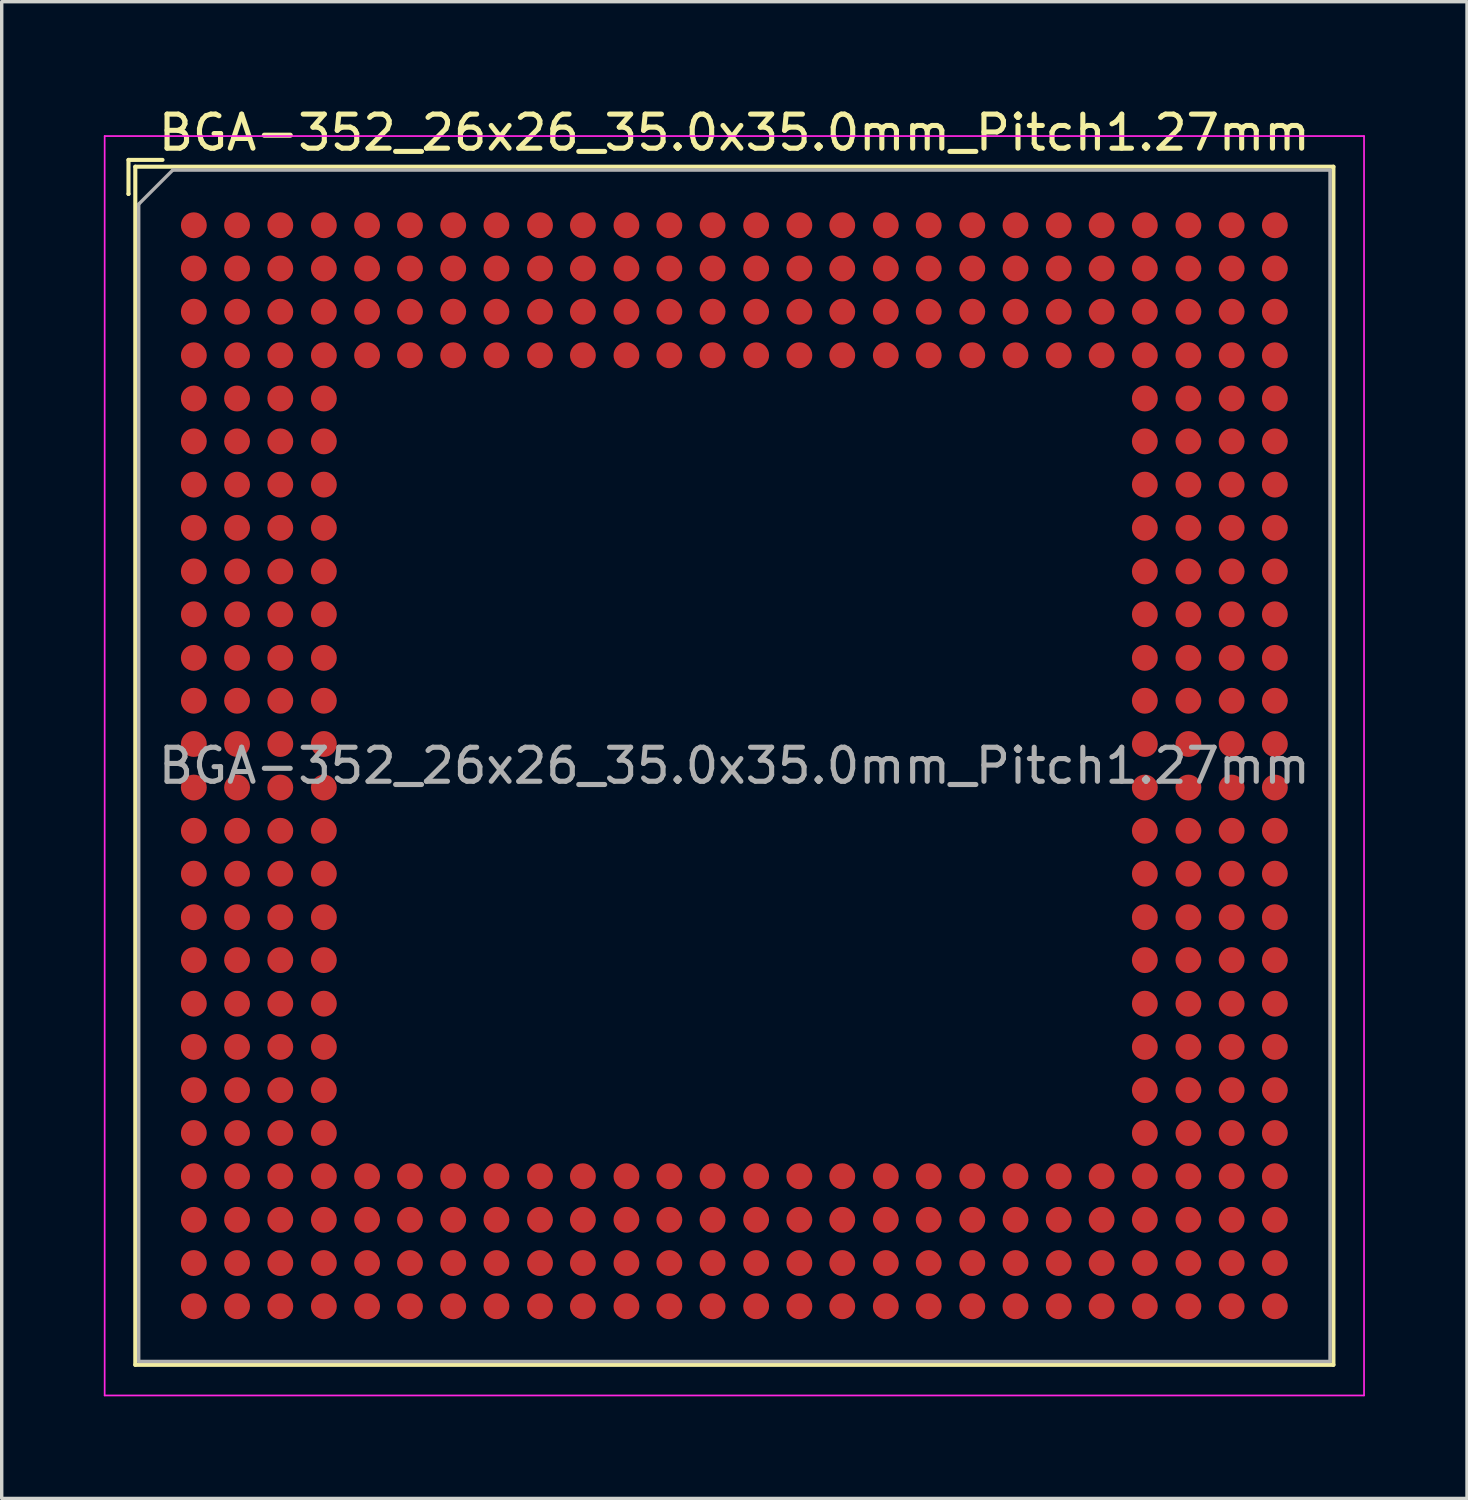
<source format=kicad_pcb>
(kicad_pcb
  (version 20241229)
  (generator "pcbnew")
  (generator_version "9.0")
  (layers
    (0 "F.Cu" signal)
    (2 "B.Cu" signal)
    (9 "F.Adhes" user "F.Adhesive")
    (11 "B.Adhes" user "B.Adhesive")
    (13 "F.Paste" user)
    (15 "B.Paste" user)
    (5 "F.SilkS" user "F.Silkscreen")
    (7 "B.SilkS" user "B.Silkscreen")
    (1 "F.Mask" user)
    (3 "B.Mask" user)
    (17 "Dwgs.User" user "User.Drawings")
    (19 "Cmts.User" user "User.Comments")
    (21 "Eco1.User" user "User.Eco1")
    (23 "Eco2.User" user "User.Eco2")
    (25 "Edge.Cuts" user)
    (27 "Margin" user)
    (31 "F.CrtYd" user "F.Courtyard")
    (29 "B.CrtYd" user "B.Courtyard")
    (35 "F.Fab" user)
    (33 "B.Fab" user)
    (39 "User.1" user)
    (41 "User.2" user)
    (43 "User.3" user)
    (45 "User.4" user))
  (footprint "BGA-352_26x26_35.0x35.0mm_Pitch1.27mm"
    (layer "F.Cu")
    (at 18.525 19.448)
    (property "Reference" "BGA-352_26x26_35.0x35.0mm_Pitch1.27mm" (at 0 -18.6 0) (layer "F.SilkS") (effects (font (size 1 1) (thickness 0.15))))
    (attr smd)
    (fp_line (start -17.8 -17.8) (end -17.8 -16.8) (stroke (width 0.12) (type solid)) (layer "F.SilkS"))
    (fp_line (start -17.8 -16.8) (end -17.8 -16.8) (stroke (width 0.12) (type solid)) (layer "F.SilkS"))
    (fp_line (start -17.6 -17.6) (end 17.6 -17.6) (stroke (width 0.12) (type solid)) (layer "F.SilkS"))
    (fp_line (start -17.6 17.6) (end -17.6 -17.6) (stroke (width 0.12) (type solid)) (layer "F.SilkS"))
    (fp_line (start -16.8 -17.8) (end -17.8 -17.8) (stroke (width 0.12) (type solid)) (layer "F.SilkS"))
    (fp_line (start 17.6 -17.6) (end 17.6 17.6) (stroke (width 0.12) (type solid)) (layer "F.SilkS"))
    (fp_line (start 17.6 17.6) (end -17.6 17.6) (stroke (width 0.12) (type solid)) (layer "F.SilkS"))
    (fp_line (start -18.5 -18.5) (end -18.5 18.5) (stroke (width 0.05) (type solid)) (layer "F.CrtYd"))
    (fp_line (start -18.5 -18.5) (end 18.5 -18.5) (stroke (width 0.05) (type solid)) (layer "F.CrtYd"))
    (fp_line (start 18.5 18.5) (end -18.5 18.5) (stroke (width 0.05) (type solid)) (layer "F.CrtYd"))
    (fp_line (start 18.5 18.5) (end 18.5 -18.5) (stroke (width 0.05) (type solid)) (layer "F.CrtYd"))
    (fp_line (start -17.5 -16.5) (end -17.5 17.5) (stroke (width 0.1) (type solid)) (layer "F.Fab"))
    (fp_line (start -17.5 17.5) (end 17.5 17.5) (stroke (width 0.1) (type solid)) (layer "F.Fab"))
    (fp_line (start -16.5 -17.5) (end -17.5 -16.5) (stroke (width 0.1) (type solid)) (layer "F.Fab"))
    (fp_line (start 17.5 -17.5) (end -16.5 -17.5) (stroke (width 0.1) (type solid)) (layer "F.Fab"))
    (fp_line (start 17.5 17.5) (end 17.5 -17.5) (stroke (width 0.1) (type solid)) (layer "F.Fab"))
    (fp_text user "${REFERENCE}" (at 0 0 0) (layer "F.Fab") (effects (font (size 1 1) (thickness 0.15))))
    (pad "A1" smd circle (at -15.88 -15.88) (size 0.76 0.76) (layers "F.Cu" "F.Mask" "F.Paste"))
    (pad "A2" smd circle (at -14.61 -15.88) (size 0.76 0.76) (layers "F.Cu" "F.Mask" "F.Paste"))
    (pad "A3" smd circle (at -13.34 -15.88) (size 0.76 0.76) (layers "F.Cu" "F.Mask" "F.Paste"))
    (pad "A4" smd circle (at -12.06 -15.88) (size 0.76 0.76) (layers "F.Cu" "F.Mask" "F.Paste"))
    (pad "A5" smd circle (at -10.79 -15.88) (size 0.76 0.76) (layers "F.Cu" "F.Mask" "F.Paste"))
    (pad "A6" smd circle (at -9.53 -15.88) (size 0.76 0.76) (layers "F.Cu" "F.Mask" "F.Paste"))
    (pad "A7" smd circle (at -8.26 -15.88) (size 0.76 0.76) (layers "F.Cu" "F.Mask" "F.Paste"))
    (pad "A8" smd circle (at -6.99 -15.88) (size 0.76 0.76) (layers "F.Cu" "F.Mask" "F.Paste"))
    (pad "A9" smd circle (at -5.71 -15.88) (size 0.76 0.76) (layers "F.Cu" "F.Mask" "F.Paste"))
    (pad "A10" smd circle (at -4.45 -15.88) (size 0.76 0.76) (layers "F.Cu" "F.Mask" "F.Paste"))
    (pad "A11" smd circle (at -3.17 -15.88) (size 0.76 0.76) (layers "F.Cu" "F.Mask" "F.Paste"))
    (pad "A12" smd circle (at -1.91 -15.88) (size 0.76 0.76) (layers "F.Cu" "F.Mask" "F.Paste"))
    (pad "A13" smd circle (at -0.64 -15.88) (size 0.76 0.76) (layers "F.Cu" "F.Mask" "F.Paste"))
    (pad "A14" smd circle (at 0.64 -15.88) (size 0.76 0.76) (layers "F.Cu" "F.Mask" "F.Paste"))
    (pad "A15" smd circle (at 1.91 -15.88) (size 0.76 0.76) (layers "F.Cu" "F.Mask" "F.Paste"))
    (pad "A16" smd circle (at 3.17 -15.88) (size 0.76 0.76) (layers "F.Cu" "F.Mask" "F.Paste"))
    (pad "A17" smd circle (at 4.45 -15.88) (size 0.76 0.76) (layers "F.Cu" "F.Mask" "F.Paste"))
    (pad "A18" smd circle (at 5.71 -15.88) (size 0.76 0.76) (layers "F.Cu" "F.Mask" "F.Paste"))
    (pad "A19" smd circle (at 6.99 -15.88) (size 0.76 0.76) (layers "F.Cu" "F.Mask" "F.Paste"))
    (pad "A20" smd circle (at 8.26 -15.88) (size 0.76 0.76) (layers "F.Cu" "F.Mask" "F.Paste"))
    (pad "A21" smd circle (at 9.53 -15.88) (size 0.76 0.76) (layers "F.Cu" "F.Mask" "F.Paste"))
    (pad "A22" smd circle (at 10.79 -15.88) (size 0.76 0.76) (layers "F.Cu" "F.Mask" "F.Paste"))
    (pad "A23" smd circle (at 12.06 -15.88) (size 0.76 0.76) (layers "F.Cu" "F.Mask" "F.Paste"))
    (pad "A24" smd circle (at 13.34 -15.88) (size 0.76 0.76) (layers "F.Cu" "F.Mask" "F.Paste"))
    (pad "A25" smd circle (at 14.61 -15.88) (size 0.76 0.76) (layers "F.Cu" "F.Mask" "F.Paste"))
    (pad "A26" smd circle (at 15.88 -15.88) (size 0.76 0.76) (layers "F.Cu" "F.Mask" "F.Paste"))
    (pad "AA1" smd circle (at -15.88 9.53) (size 0.76 0.76) (layers "F.Cu" "F.Mask" "F.Paste"))
    (pad "AA2" smd circle (at -14.61 9.53) (size 0.76 0.76) (layers "F.Cu" "F.Mask" "F.Paste"))
    (pad "AA3" smd circle (at -13.34 9.53) (size 0.76 0.76) (layers "F.Cu" "F.Mask" "F.Paste"))
    (pad "AA4" smd circle (at -12.06 9.53) (size 0.76 0.76) (layers "F.Cu" "F.Mask" "F.Paste"))
    (pad "AA23" smd circle (at 12.06 9.53) (size 0.76 0.76) (layers "F.Cu" "F.Mask" "F.Paste"))
    (pad "AA24" smd circle (at 13.34 9.53) (size 0.76 0.76) (layers "F.Cu" "F.Mask" "F.Paste"))
    (pad "AA25" smd circle (at 14.61 9.53) (size 0.76 0.76) (layers "F.Cu" "F.Mask" "F.Paste"))
    (pad "AA26" smd circle (at 15.88 9.53) (size 0.76 0.76) (layers "F.Cu" "F.Mask" "F.Paste"))
    (pad "AB1" smd circle (at -15.88 10.79) (size 0.76 0.76) (layers "F.Cu" "F.Mask" "F.Paste"))
    (pad "AB2" smd circle (at -14.61 10.79) (size 0.76 0.76) (layers "F.Cu" "F.Mask" "F.Paste"))
    (pad "AB3" smd circle (at -13.34 10.79) (size 0.76 0.76) (layers "F.Cu" "F.Mask" "F.Paste"))
    (pad "AB4" smd circle (at -12.06 10.79) (size 0.76 0.76) (layers "F.Cu" "F.Mask" "F.Paste"))
    (pad "AB23" smd circle (at 12.06 10.79) (size 0.76 0.76) (layers "F.Cu" "F.Mask" "F.Paste"))
    (pad "AB24" smd circle (at 13.34 10.79) (size 0.76 0.76) (layers "F.Cu" "F.Mask" "F.Paste"))
    (pad "AB25" smd circle (at 14.61 10.79) (size 0.76 0.76) (layers "F.Cu" "F.Mask" "F.Paste"))
    (pad "AB26" smd circle (at 15.88 10.79) (size 0.76 0.76) (layers "F.Cu" "F.Mask" "F.Paste"))
    (pad "AC1" smd circle (at -15.88 12.06) (size 0.76 0.76) (layers "F.Cu" "F.Mask" "F.Paste"))
    (pad "AC2" smd circle (at -14.61 12.06) (size 0.76 0.76) (layers "F.Cu" "F.Mask" "F.Paste"))
    (pad "AC3" smd circle (at -13.34 12.06) (size 0.76 0.76) (layers "F.Cu" "F.Mask" "F.Paste"))
    (pad "AC4" smd circle (at -12.06 12.06) (size 0.76 0.76) (layers "F.Cu" "F.Mask" "F.Paste"))
    (pad "AC5" smd circle (at -10.79 12.06) (size 0.76 0.76) (layers "F.Cu" "F.Mask" "F.Paste"))
    (pad "AC6" smd circle (at -9.53 12.06) (size 0.76 0.76) (layers "F.Cu" "F.Mask" "F.Paste"))
    (pad "AC7" smd circle (at -8.26 12.06) (size 0.76 0.76) (layers "F.Cu" "F.Mask" "F.Paste"))
    (pad "AC8" smd circle (at -6.99 12.06) (size 0.76 0.76) (layers "F.Cu" "F.Mask" "F.Paste"))
    (pad "AC9" smd circle (at -5.71 12.06) (size 0.76 0.76) (layers "F.Cu" "F.Mask" "F.Paste"))
    (pad "AC10" smd circle (at -4.45 12.06) (size 0.76 0.76) (layers "F.Cu" "F.Mask" "F.Paste"))
    (pad "AC11" smd circle (at -3.17 12.06) (size 0.76 0.76) (layers "F.Cu" "F.Mask" "F.Paste"))
    (pad "AC12" smd circle (at -1.91 12.06) (size 0.76 0.76) (layers "F.Cu" "F.Mask" "F.Paste"))
    (pad "AC13" smd circle (at -0.64 12.06) (size 0.76 0.76) (layers "F.Cu" "F.Mask" "F.Paste"))
    (pad "AC14" smd circle (at 0.64 12.06) (size 0.76 0.76) (layers "F.Cu" "F.Mask" "F.Paste"))
    (pad "AC15" smd circle (at 1.91 12.06) (size 0.76 0.76) (layers "F.Cu" "F.Mask" "F.Paste"))
    (pad "AC16" smd circle (at 3.17 12.06) (size 0.76 0.76) (layers "F.Cu" "F.Mask" "F.Paste"))
    (pad "AC17" smd circle (at 4.45 12.06) (size 0.76 0.76) (layers "F.Cu" "F.Mask" "F.Paste"))
    (pad "AC18" smd circle (at 5.71 12.06) (size 0.76 0.76) (layers "F.Cu" "F.Mask" "F.Paste"))
    (pad "AC19" smd circle (at 6.99 12.06) (size 0.76 0.76) (layers "F.Cu" "F.Mask" "F.Paste"))
    (pad "AC20" smd circle (at 8.26 12.06) (size 0.76 0.76) (layers "F.Cu" "F.Mask" "F.Paste"))
    (pad "AC21" smd circle (at 9.53 12.06) (size 0.76 0.76) (layers "F.Cu" "F.Mask" "F.Paste"))
    (pad "AC22" smd circle (at 10.79 12.06) (size 0.76 0.76) (layers "F.Cu" "F.Mask" "F.Paste"))
    (pad "AC23" smd circle (at 12.06 12.06) (size 0.76 0.76) (layers "F.Cu" "F.Mask" "F.Paste"))
    (pad "AC24" smd circle (at 13.34 12.06) (size 0.76 0.76) (layers "F.Cu" "F.Mask" "F.Paste"))
    (pad "AC25" smd circle (at 14.61 12.06) (size 0.76 0.76) (layers "F.Cu" "F.Mask" "F.Paste"))
    (pad "AC26" smd circle (at 15.88 12.06) (size 0.76 0.76) (layers "F.Cu" "F.Mask" "F.Paste"))
    (pad "AD1" smd circle (at -15.88 13.34) (size 0.76 0.76) (layers "F.Cu" "F.Mask" "F.Paste"))
    (pad "AD2" smd circle (at -14.61 13.34) (size 0.76 0.76) (layers "F.Cu" "F.Mask" "F.Paste"))
    (pad "AD3" smd circle (at -13.34 13.34) (size 0.76 0.76) (layers "F.Cu" "F.Mask" "F.Paste"))
    (pad "AD4" smd circle (at -12.06 13.34) (size 0.76 0.76) (layers "F.Cu" "F.Mask" "F.Paste"))
    (pad "AD5" smd circle (at -10.79 13.34) (size 0.76 0.76) (layers "F.Cu" "F.Mask" "F.Paste"))
    (pad "AD6" smd circle (at -9.53 13.34) (size 0.76 0.76) (layers "F.Cu" "F.Mask" "F.Paste"))
    (pad "AD7" smd circle (at -8.26 13.34) (size 0.76 0.76) (layers "F.Cu" "F.Mask" "F.Paste"))
    (pad "AD8" smd circle (at -6.99 13.34) (size 0.76 0.76) (layers "F.Cu" "F.Mask" "F.Paste"))
    (pad "AD9" smd circle (at -5.71 13.34) (size 0.76 0.76) (layers "F.Cu" "F.Mask" "F.Paste"))
    (pad "AD10" smd circle (at -4.45 13.34) (size 0.76 0.76) (layers "F.Cu" "F.Mask" "F.Paste"))
    (pad "AD11" smd circle (at -3.17 13.34) (size 0.76 0.76) (layers "F.Cu" "F.Mask" "F.Paste"))
    (pad "AD12" smd circle (at -1.91 13.34) (size 0.76 0.76) (layers "F.Cu" "F.Mask" "F.Paste"))
    (pad "AD13" smd circle (at -0.64 13.34) (size 0.76 0.76) (layers "F.Cu" "F.Mask" "F.Paste"))
    (pad "AD14" smd circle (at 0.64 13.34) (size 0.76 0.76) (layers "F.Cu" "F.Mask" "F.Paste"))
    (pad "AD15" smd circle (at 1.91 13.34) (size 0.76 0.76) (layers "F.Cu" "F.Mask" "F.Paste"))
    (pad "AD16" smd circle (at 3.17 13.34) (size 0.76 0.76) (layers "F.Cu" "F.Mask" "F.Paste"))
    (pad "AD17" smd circle (at 4.45 13.34) (size 0.76 0.76) (layers "F.Cu" "F.Mask" "F.Paste"))
    (pad "AD18" smd circle (at 5.71 13.34) (size 0.76 0.76) (layers "F.Cu" "F.Mask" "F.Paste"))
    (pad "AD19" smd circle (at 6.99 13.34) (size 0.76 0.76) (layers "F.Cu" "F.Mask" "F.Paste"))
    (pad "AD20" smd circle (at 8.26 13.34) (size 0.76 0.76) (layers "F.Cu" "F.Mask" "F.Paste"))
    (pad "AD21" smd circle (at 9.53 13.34) (size 0.76 0.76) (layers "F.Cu" "F.Mask" "F.Paste"))
    (pad "AD22" smd circle (at 10.79 13.34) (size 0.76 0.76) (layers "F.Cu" "F.Mask" "F.Paste"))
    (pad "AD23" smd circle (at 12.06 13.34) (size 0.76 0.76) (layers "F.Cu" "F.Mask" "F.Paste"))
    (pad "AD24" smd circle (at 13.34 13.34) (size 0.76 0.76) (layers "F.Cu" "F.Mask" "F.Paste"))
    (pad "AD25" smd circle (at 14.61 13.34) (size 0.76 0.76) (layers "F.Cu" "F.Mask" "F.Paste"))
    (pad "AD26" smd circle (at 15.88 13.34) (size 0.76 0.76) (layers "F.Cu" "F.Mask" "F.Paste"))
    (pad "AE1" smd circle (at -15.88 14.61) (size 0.76 0.76) (layers "F.Cu" "F.Mask" "F.Paste"))
    (pad "AE2" smd circle (at -14.61 14.61) (size 0.76 0.76) (layers "F.Cu" "F.Mask" "F.Paste"))
    (pad "AE3" smd circle (at -13.34 14.61) (size 0.76 0.76) (layers "F.Cu" "F.Mask" "F.Paste"))
    (pad "AE4" smd circle (at -12.06 14.61) (size 0.76 0.76) (layers "F.Cu" "F.Mask" "F.Paste"))
    (pad "AE5" smd circle (at -10.79 14.61) (size 0.76 0.76) (layers "F.Cu" "F.Mask" "F.Paste"))
    (pad "AE6" smd circle (at -9.53 14.61) (size 0.76 0.76) (layers "F.Cu" "F.Mask" "F.Paste"))
    (pad "AE7" smd circle (at -8.26 14.61) (size 0.76 0.76) (layers "F.Cu" "F.Mask" "F.Paste"))
    (pad "AE8" smd circle (at -6.99 14.61) (size 0.76 0.76) (layers "F.Cu" "F.Mask" "F.Paste"))
    (pad "AE9" smd circle (at -5.71 14.61) (size 0.76 0.76) (layers "F.Cu" "F.Mask" "F.Paste"))
    (pad "AE10" smd circle (at -4.45 14.61) (size 0.76 0.76) (layers "F.Cu" "F.Mask" "F.Paste"))
    (pad "AE11" smd circle (at -3.17 14.61) (size 0.76 0.76) (layers "F.Cu" "F.Mask" "F.Paste"))
    (pad "AE12" smd circle (at -1.91 14.61) (size 0.76 0.76) (layers "F.Cu" "F.Mask" "F.Paste"))
    (pad "AE13" smd circle (at -0.64 14.61) (size 0.76 0.76) (layers "F.Cu" "F.Mask" "F.Paste"))
    (pad "AE14" smd circle (at 0.64 14.61) (size 0.76 0.76) (layers "F.Cu" "F.Mask" "F.Paste"))
    (pad "AE15" smd circle (at 1.91 14.61) (size 0.76 0.76) (layers "F.Cu" "F.Mask" "F.Paste"))
    (pad "AE16" smd circle (at 3.17 14.61) (size 0.76 0.76) (layers "F.Cu" "F.Mask" "F.Paste"))
    (pad "AE17" smd circle (at 4.45 14.61) (size 0.76 0.76) (layers "F.Cu" "F.Mask" "F.Paste"))
    (pad "AE18" smd circle (at 5.71 14.61) (size 0.76 0.76) (layers "F.Cu" "F.Mask" "F.Paste"))
    (pad "AE19" smd circle (at 6.99 14.61) (size 0.76 0.76) (layers "F.Cu" "F.Mask" "F.Paste"))
    (pad "AE20" smd circle (at 8.26 14.61) (size 0.76 0.76) (layers "F.Cu" "F.Mask" "F.Paste"))
    (pad "AE21" smd circle (at 9.53 14.61) (size 0.76 0.76) (layers "F.Cu" "F.Mask" "F.Paste"))
    (pad "AE22" smd circle (at 10.79 14.61) (size 0.76 0.76) (layers "F.Cu" "F.Mask" "F.Paste"))
    (pad "AE23" smd circle (at 12.06 14.61) (size 0.76 0.76) (layers "F.Cu" "F.Mask" "F.Paste"))
    (pad "AE24" smd circle (at 13.34 14.61) (size 0.76 0.76) (layers "F.Cu" "F.Mask" "F.Paste"))
    (pad "AE25" smd circle (at 14.61 14.61) (size 0.76 0.76) (layers "F.Cu" "F.Mask" "F.Paste"))
    (pad "AE26" smd circle (at 15.88 14.61) (size 0.76 0.76) (layers "F.Cu" "F.Mask" "F.Paste"))
    (pad "AF1" smd circle (at -15.88 15.88) (size 0.76 0.76) (layers "F.Cu" "F.Mask" "F.Paste"))
    (pad "AF2" smd circle (at -14.61 15.88) (size 0.76 0.76) (layers "F.Cu" "F.Mask" "F.Paste"))
    (pad "AF3" smd circle (at -13.34 15.88) (size 0.76 0.76) (layers "F.Cu" "F.Mask" "F.Paste"))
    (pad "AF4" smd circle (at -12.06 15.88) (size 0.76 0.76) (layers "F.Cu" "F.Mask" "F.Paste"))
    (pad "AF5" smd circle (at -10.79 15.88) (size 0.76 0.76) (layers "F.Cu" "F.Mask" "F.Paste"))
    (pad "AF6" smd circle (at -9.53 15.88) (size 0.76 0.76) (layers "F.Cu" "F.Mask" "F.Paste"))
    (pad "AF7" smd circle (at -8.26 15.88) (size 0.76 0.76) (layers "F.Cu" "F.Mask" "F.Paste"))
    (pad "AF8" smd circle (at -6.99 15.88) (size 0.76 0.76) (layers "F.Cu" "F.Mask" "F.Paste"))
    (pad "AF9" smd circle (at -5.71 15.88) (size 0.76 0.76) (layers "F.Cu" "F.Mask" "F.Paste"))
    (pad "AF10" smd circle (at -4.45 15.88) (size 0.76 0.76) (layers "F.Cu" "F.Mask" "F.Paste"))
    (pad "AF11" smd circle (at -3.17 15.88) (size 0.76 0.76) (layers "F.Cu" "F.Mask" "F.Paste"))
    (pad "AF12" smd circle (at -1.91 15.88) (size 0.76 0.76) (layers "F.Cu" "F.Mask" "F.Paste"))
    (pad "AF13" smd circle (at -0.64 15.88) (size 0.76 0.76) (layers "F.Cu" "F.Mask" "F.Paste"))
    (pad "AF14" smd circle (at 0.64 15.88) (size 0.76 0.76) (layers "F.Cu" "F.Mask" "F.Paste"))
    (pad "AF15" smd circle (at 1.91 15.88) (size 0.76 0.76) (layers "F.Cu" "F.Mask" "F.Paste"))
    (pad "AF16" smd circle (at 3.17 15.88) (size 0.76 0.76) (layers "F.Cu" "F.Mask" "F.Paste"))
    (pad "AF17" smd circle (at 4.45 15.88) (size 0.76 0.76) (layers "F.Cu" "F.Mask" "F.Paste"))
    (pad "AF18" smd circle (at 5.71 15.88) (size 0.76 0.76) (layers "F.Cu" "F.Mask" "F.Paste"))
    (pad "AF19" smd circle (at 6.99 15.88) (size 0.76 0.76) (layers "F.Cu" "F.Mask" "F.Paste"))
    (pad "AF20" smd circle (at 8.26 15.88) (size 0.76 0.76) (layers "F.Cu" "F.Mask" "F.Paste"))
    (pad "AF21" smd circle (at 9.53 15.88) (size 0.76 0.76) (layers "F.Cu" "F.Mask" "F.Paste"))
    (pad "AF22" smd circle (at 10.79 15.88) (size 0.76 0.76) (layers "F.Cu" "F.Mask" "F.Paste"))
    (pad "AF23" smd circle (at 12.06 15.88) (size 0.76 0.76) (layers "F.Cu" "F.Mask" "F.Paste"))
    (pad "AF24" smd circle (at 13.34 15.88) (size 0.76 0.76) (layers "F.Cu" "F.Mask" "F.Paste"))
    (pad "AF25" smd circle (at 14.61 15.88) (size 0.76 0.76) (layers "F.Cu" "F.Mask" "F.Paste"))
    (pad "AF26" smd circle (at 15.88 15.88) (size 0.76 0.76) (layers "F.Cu" "F.Mask" "F.Paste"))
    (pad "B1" smd circle (at -15.88 -14.61) (size 0.76 0.76) (layers "F.Cu" "F.Mask" "F.Paste"))
    (pad "B2" smd circle (at -14.61 -14.61) (size 0.76 0.76) (layers "F.Cu" "F.Mask" "F.Paste"))
    (pad "B3" smd circle (at -13.34 -14.61) (size 0.76 0.76) (layers "F.Cu" "F.Mask" "F.Paste"))
    (pad "B4" smd circle (at -12.06 -14.61) (size 0.76 0.76) (layers "F.Cu" "F.Mask" "F.Paste"))
    (pad "B5" smd circle (at -10.79 -14.61) (size 0.76 0.76) (layers "F.Cu" "F.Mask" "F.Paste"))
    (pad "B6" smd circle (at -9.53 -14.61) (size 0.76 0.76) (layers "F.Cu" "F.Mask" "F.Paste"))
    (pad "B7" smd circle (at -8.26 -14.61) (size 0.76 0.76) (layers "F.Cu" "F.Mask" "F.Paste"))
    (pad "B8" smd circle (at -6.99 -14.61) (size 0.76 0.76) (layers "F.Cu" "F.Mask" "F.Paste"))
    (pad "B9" smd circle (at -5.71 -14.61) (size 0.76 0.76) (layers "F.Cu" "F.Mask" "F.Paste"))
    (pad "B10" smd circle (at -4.45 -14.61) (size 0.76 0.76) (layers "F.Cu" "F.Mask" "F.Paste"))
    (pad "B11" smd circle (at -3.17 -14.61) (size 0.76 0.76) (layers "F.Cu" "F.Mask" "F.Paste"))
    (pad "B12" smd circle (at -1.91 -14.61) (size 0.76 0.76) (layers "F.Cu" "F.Mask" "F.Paste"))
    (pad "B13" smd circle (at -0.64 -14.61) (size 0.76 0.76) (layers "F.Cu" "F.Mask" "F.Paste"))
    (pad "B14" smd circle (at 0.64 -14.61) (size 0.76 0.76) (layers "F.Cu" "F.Mask" "F.Paste"))
    (pad "B15" smd circle (at 1.91 -14.61) (size 0.76 0.76) (layers "F.Cu" "F.Mask" "F.Paste"))
    (pad "B16" smd circle (at 3.17 -14.61) (size 0.76 0.76) (layers "F.Cu" "F.Mask" "F.Paste"))
    (pad "B17" smd circle (at 4.45 -14.61) (size 0.76 0.76) (layers "F.Cu" "F.Mask" "F.Paste"))
    (pad "B18" smd circle (at 5.71 -14.61) (size 0.76 0.76) (layers "F.Cu" "F.Mask" "F.Paste"))
    (pad "B19" smd circle (at 6.99 -14.61) (size 0.76 0.76) (layers "F.Cu" "F.Mask" "F.Paste"))
    (pad "B20" smd circle (at 8.26 -14.61) (size 0.76 0.76) (layers "F.Cu" "F.Mask" "F.Paste"))
    (pad "B21" smd circle (at 9.53 -14.61) (size 0.76 0.76) (layers "F.Cu" "F.Mask" "F.Paste"))
    (pad "B22" smd circle (at 10.79 -14.61) (size 0.76 0.76) (layers "F.Cu" "F.Mask" "F.Paste"))
    (pad "B23" smd circle (at 12.06 -14.61) (size 0.76 0.76) (layers "F.Cu" "F.Mask" "F.Paste"))
    (pad "B24" smd circle (at 13.34 -14.61) (size 0.76 0.76) (layers "F.Cu" "F.Mask" "F.Paste"))
    (pad "B25" smd circle (at 14.61 -14.61) (size 0.76 0.76) (layers "F.Cu" "F.Mask" "F.Paste"))
    (pad "B26" smd circle (at 15.88 -14.61) (size 0.76 0.76) (layers "F.Cu" "F.Mask" "F.Paste"))
    (pad "C1" smd circle (at -15.88 -13.34) (size 0.76 0.76) (layers "F.Cu" "F.Mask" "F.Paste"))
    (pad "C2" smd circle (at -14.61 -13.34) (size 0.76 0.76) (layers "F.Cu" "F.Mask" "F.Paste"))
    (pad "C3" smd circle (at -13.34 -13.34) (size 0.76 0.76) (layers "F.Cu" "F.Mask" "F.Paste"))
    (pad "C4" smd circle (at -12.06 -13.34) (size 0.76 0.76) (layers "F.Cu" "F.Mask" "F.Paste"))
    (pad "C5" smd circle (at -10.79 -13.34) (size 0.76 0.76) (layers "F.Cu" "F.Mask" "F.Paste"))
    (pad "C6" smd circle (at -9.53 -13.34) (size 0.76 0.76) (layers "F.Cu" "F.Mask" "F.Paste"))
    (pad "C7" smd circle (at -8.26 -13.34) (size 0.76 0.76) (layers "F.Cu" "F.Mask" "F.Paste"))
    (pad "C8" smd circle (at -6.99 -13.34) (size 0.76 0.76) (layers "F.Cu" "F.Mask" "F.Paste"))
    (pad "C9" smd circle (at -5.71 -13.34) (size 0.76 0.76) (layers "F.Cu" "F.Mask" "F.Paste"))
    (pad "C10" smd circle (at -4.45 -13.34) (size 0.76 0.76) (layers "F.Cu" "F.Mask" "F.Paste"))
    (pad "C11" smd circle (at -3.17 -13.34) (size 0.76 0.76) (layers "F.Cu" "F.Mask" "F.Paste"))
    (pad "C12" smd circle (at -1.91 -13.34) (size 0.76 0.76) (layers "F.Cu" "F.Mask" "F.Paste"))
    (pad "C13" smd circle (at -0.64 -13.34) (size 0.76 0.76) (layers "F.Cu" "F.Mask" "F.Paste"))
    (pad "C14" smd circle (at 0.64 -13.34) (size 0.76 0.76) (layers "F.Cu" "F.Mask" "F.Paste"))
    (pad "C15" smd circle (at 1.91 -13.34) (size 0.76 0.76) (layers "F.Cu" "F.Mask" "F.Paste"))
    (pad "C16" smd circle (at 3.17 -13.34) (size 0.76 0.76) (layers "F.Cu" "F.Mask" "F.Paste"))
    (pad "C17" smd circle (at 4.45 -13.34) (size 0.76 0.76) (layers "F.Cu" "F.Mask" "F.Paste"))
    (pad "C18" smd circle (at 5.71 -13.34) (size 0.76 0.76) (layers "F.Cu" "F.Mask" "F.Paste"))
    (pad "C19" smd circle (at 6.99 -13.34) (size 0.76 0.76) (layers "F.Cu" "F.Mask" "F.Paste"))
    (pad "C20" smd circle (at 8.26 -13.34) (size 0.76 0.76) (layers "F.Cu" "F.Mask" "F.Paste"))
    (pad "C21" smd circle (at 9.53 -13.34) (size 0.76 0.76) (layers "F.Cu" "F.Mask" "F.Paste"))
    (pad "C22" smd circle (at 10.79 -13.34) (size 0.76 0.76) (layers "F.Cu" "F.Mask" "F.Paste"))
    (pad "C23" smd circle (at 12.06 -13.34) (size 0.76 0.76) (layers "F.Cu" "F.Mask" "F.Paste"))
    (pad "C24" smd circle (at 13.34 -13.34) (size 0.76 0.76) (layers "F.Cu" "F.Mask" "F.Paste"))
    (pad "C25" smd circle (at 14.61 -13.34) (size 0.76 0.76) (layers "F.Cu" "F.Mask" "F.Paste"))
    (pad "C26" smd circle (at 15.88 -13.34) (size 0.76 0.76) (layers "F.Cu" "F.Mask" "F.Paste"))
    (pad "D1" smd circle (at -15.88 -12.06) (size 0.76 0.76) (layers "F.Cu" "F.Mask" "F.Paste"))
    (pad "D2" smd circle (at -14.61 -12.06) (size 0.76 0.76) (layers "F.Cu" "F.Mask" "F.Paste"))
    (pad "D3" smd circle (at -13.34 -12.06) (size 0.76 0.76) (layers "F.Cu" "F.Mask" "F.Paste"))
    (pad "D4" smd circle (at -12.06 -12.06) (size 0.76 0.76) (layers "F.Cu" "F.Mask" "F.Paste"))
    (pad "D5" smd circle (at -10.79 -12.06) (size 0.76 0.76) (layers "F.Cu" "F.Mask" "F.Paste"))
    (pad "D6" smd circle (at -9.53 -12.06) (size 0.76 0.76) (layers "F.Cu" "F.Mask" "F.Paste"))
    (pad "D7" smd circle (at -8.26 -12.06) (size 0.76 0.76) (layers "F.Cu" "F.Mask" "F.Paste"))
    (pad "D8" smd circle (at -6.99 -12.06) (size 0.76 0.76) (layers "F.Cu" "F.Mask" "F.Paste"))
    (pad "D9" smd circle (at -5.71 -12.06) (size 0.76 0.76) (layers "F.Cu" "F.Mask" "F.Paste"))
    (pad "D10" smd circle (at -4.45 -12.06) (size 0.76 0.76) (layers "F.Cu" "F.Mask" "F.Paste"))
    (pad "D11" smd circle (at -3.17 -12.06) (size 0.76 0.76) (layers "F.Cu" "F.Mask" "F.Paste"))
    (pad "D12" smd circle (at -1.91 -12.06) (size 0.76 0.76) (layers "F.Cu" "F.Mask" "F.Paste"))
    (pad "D13" smd circle (at -0.64 -12.06) (size 0.76 0.76) (layers "F.Cu" "F.Mask" "F.Paste"))
    (pad "D14" smd circle (at 0.64 -12.06) (size 0.76 0.76) (layers "F.Cu" "F.Mask" "F.Paste"))
    (pad "D15" smd circle (at 1.91 -12.06) (size 0.76 0.76) (layers "F.Cu" "F.Mask" "F.Paste"))
    (pad "D16" smd circle (at 3.17 -12.06) (size 0.76 0.76) (layers "F.Cu" "F.Mask" "F.Paste"))
    (pad "D17" smd circle (at 4.45 -12.06) (size 0.76 0.76) (layers "F.Cu" "F.Mask" "F.Paste"))
    (pad "D18" smd circle (at 5.71 -12.06) (size 0.76 0.76) (layers "F.Cu" "F.Mask" "F.Paste"))
    (pad "D19" smd circle (at 6.99 -12.06) (size 0.76 0.76) (layers "F.Cu" "F.Mask" "F.Paste"))
    (pad "D20" smd circle (at 8.26 -12.06) (size 0.76 0.76) (layers "F.Cu" "F.Mask" "F.Paste"))
    (pad "D21" smd circle (at 9.53 -12.06) (size 0.76 0.76) (layers "F.Cu" "F.Mask" "F.Paste"))
    (pad "D22" smd circle (at 10.79 -12.06) (size 0.76 0.76) (layers "F.Cu" "F.Mask" "F.Paste"))
    (pad "D23" smd circle (at 12.06 -12.06) (size 0.76 0.76) (layers "F.Cu" "F.Mask" "F.Paste"))
    (pad "D24" smd circle (at 13.34 -12.06) (size 0.76 0.76) (layers "F.Cu" "F.Mask" "F.Paste"))
    (pad "D25" smd circle (at 14.61 -12.06) (size 0.76 0.76) (layers "F.Cu" "F.Mask" "F.Paste"))
    (pad "D26" smd circle (at 15.88 -12.06) (size 0.76 0.76) (layers "F.Cu" "F.Mask" "F.Paste"))
    (pad "E1" smd circle (at -15.88 -10.79) (size 0.76 0.76) (layers "F.Cu" "F.Mask" "F.Paste"))
    (pad "E2" smd circle (at -14.61 -10.79) (size 0.76 0.76) (layers "F.Cu" "F.Mask" "F.Paste"))
    (pad "E3" smd circle (at -13.34 -10.79) (size 0.76 0.76) (layers "F.Cu" "F.Mask" "F.Paste"))
    (pad "E4" smd circle (at -12.06 -10.79) (size 0.76 0.76) (layers "F.Cu" "F.Mask" "F.Paste"))
    (pad "E23" smd circle (at 12.06 -10.79) (size 0.76 0.76) (layers "F.Cu" "F.Mask" "F.Paste"))
    (pad "E24" smd circle (at 13.34 -10.79) (size 0.76 0.76) (layers "F.Cu" "F.Mask" "F.Paste"))
    (pad "E25" smd circle (at 14.61 -10.79) (size 0.76 0.76) (layers "F.Cu" "F.Mask" "F.Paste"))
    (pad "E26" smd circle (at 15.88 -10.79) (size 0.76 0.76) (layers "F.Cu" "F.Mask" "F.Paste"))
    (pad "F1" smd circle (at -15.88 -9.53) (size 0.76 0.76) (layers "F.Cu" "F.Mask" "F.Paste"))
    (pad "F2" smd circle (at -14.61 -9.53) (size 0.76 0.76) (layers "F.Cu" "F.Mask" "F.Paste"))
    (pad "F3" smd circle (at -13.34 -9.53) (size 0.76 0.76) (layers "F.Cu" "F.Mask" "F.Paste"))
    (pad "F4" smd circle (at -12.06 -9.53) (size 0.76 0.76) (layers "F.Cu" "F.Mask" "F.Paste"))
    (pad "F23" smd circle (at 12.06 -9.53) (size 0.76 0.76) (layers "F.Cu" "F.Mask" "F.Paste"))
    (pad "F24" smd circle (at 13.34 -9.53) (size 0.76 0.76) (layers "F.Cu" "F.Mask" "F.Paste"))
    (pad "F25" smd circle (at 14.61 -9.53) (size 0.76 0.76) (layers "F.Cu" "F.Mask" "F.Paste"))
    (pad "F26" smd circle (at 15.88 -9.53) (size 0.76 0.76) (layers "F.Cu" "F.Mask" "F.Paste"))
    (pad "G1" smd circle (at -15.88 -8.26) (size 0.76 0.76) (layers "F.Cu" "F.Mask" "F.Paste"))
    (pad "G2" smd circle (at -14.61 -8.26) (size 0.76 0.76) (layers "F.Cu" "F.Mask" "F.Paste"))
    (pad "G3" smd circle (at -13.34 -8.26) (size 0.76 0.76) (layers "F.Cu" "F.Mask" "F.Paste"))
    (pad "G4" smd circle (at -12.06 -8.26) (size 0.76 0.76) (layers "F.Cu" "F.Mask" "F.Paste"))
    (pad "G23" smd circle (at 12.06 -8.26) (size 0.76 0.76) (layers "F.Cu" "F.Mask" "F.Paste"))
    (pad "G24" smd circle (at 13.34 -8.26) (size 0.76 0.76) (layers "F.Cu" "F.Mask" "F.Paste"))
    (pad "G25" smd circle (at 14.61 -8.26) (size 0.76 0.76) (layers "F.Cu" "F.Mask" "F.Paste"))
    (pad "G26" smd circle (at 15.88 -8.26) (size 0.76 0.76) (layers "F.Cu" "F.Mask" "F.Paste"))
    (pad "H1" smd circle (at -15.88 -6.99) (size 0.76 0.76) (layers "F.Cu" "F.Mask" "F.Paste"))
    (pad "H2" smd circle (at -14.61 -6.99) (size 0.76 0.76) (layers "F.Cu" "F.Mask" "F.Paste"))
    (pad "H3" smd circle (at -13.34 -6.99) (size 0.76 0.76) (layers "F.Cu" "F.Mask" "F.Paste"))
    (pad "H4" smd circle (at -12.06 -6.99) (size 0.76 0.76) (layers "F.Cu" "F.Mask" "F.Paste"))
    (pad "H23" smd circle (at 12.06 -6.99) (size 0.76 0.76) (layers "F.Cu" "F.Mask" "F.Paste"))
    (pad "H24" smd circle (at 13.34 -6.99) (size 0.76 0.76) (layers "F.Cu" "F.Mask" "F.Paste"))
    (pad "H25" smd circle (at 14.61 -6.99) (size 0.76 0.76) (layers "F.Cu" "F.Mask" "F.Paste"))
    (pad "H26" smd circle (at 15.88 -6.99) (size 0.76 0.76) (layers "F.Cu" "F.Mask" "F.Paste"))
    (pad "J1" smd circle (at -15.88 -5.71) (size 0.76 0.76) (layers "F.Cu" "F.Mask" "F.Paste"))
    (pad "J2" smd circle (at -14.61 -5.71) (size 0.76 0.76) (layers "F.Cu" "F.Mask" "F.Paste"))
    (pad "J3" smd circle (at -13.34 -5.71) (size 0.76 0.76) (layers "F.Cu" "F.Mask" "F.Paste"))
    (pad "J4" smd circle (at -12.06 -5.71) (size 0.76 0.76) (layers "F.Cu" "F.Mask" "F.Paste"))
    (pad "J23" smd circle (at 12.06 -5.71) (size 0.76 0.76) (layers "F.Cu" "F.Mask" "F.Paste"))
    (pad "J24" smd circle (at 13.34 -5.71) (size 0.76 0.76) (layers "F.Cu" "F.Mask" "F.Paste"))
    (pad "J25" smd circle (at 14.61 -5.71) (size 0.76 0.76) (layers "F.Cu" "F.Mask" "F.Paste"))
    (pad "J26" smd circle (at 15.88 -5.71) (size 0.76 0.76) (layers "F.Cu" "F.Mask" "F.Paste"))
    (pad "K1" smd circle (at -15.88 -4.45) (size 0.76 0.76) (layers "F.Cu" "F.Mask" "F.Paste"))
    (pad "K2" smd circle (at -14.61 -4.45) (size 0.76 0.76) (layers "F.Cu" "F.Mask" "F.Paste"))
    (pad "K3" smd circle (at -13.34 -4.45) (size 0.76 0.76) (layers "F.Cu" "F.Mask" "F.Paste"))
    (pad "K4" smd circle (at -12.06 -4.45) (size 0.76 0.76) (layers "F.Cu" "F.Mask" "F.Paste"))
    (pad "K23" smd circle (at 12.06 -4.45) (size 0.76 0.76) (layers "F.Cu" "F.Mask" "F.Paste"))
    (pad "K24" smd circle (at 13.34 -4.45) (size 0.76 0.76) (layers "F.Cu" "F.Mask" "F.Paste"))
    (pad "K25" smd circle (at 14.61 -4.45) (size 0.76 0.76) (layers "F.Cu" "F.Mask" "F.Paste"))
    (pad "K26" smd circle (at 15.88 -4.45) (size 0.76 0.76) (layers "F.Cu" "F.Mask" "F.Paste"))
    (pad "L1" smd circle (at -15.88 -3.17) (size 0.76 0.76) (layers "F.Cu" "F.Mask" "F.Paste"))
    (pad "L2" smd circle (at -14.61 -3.17) (size 0.76 0.76) (layers "F.Cu" "F.Mask" "F.Paste"))
    (pad "L3" smd circle (at -13.34 -3.17) (size 0.76 0.76) (layers "F.Cu" "F.Mask" "F.Paste"))
    (pad "L4" smd circle (at -12.06 -3.17) (size 0.76 0.76) (layers "F.Cu" "F.Mask" "F.Paste"))
    (pad "L23" smd circle (at 12.06 -3.17) (size 0.76 0.76) (layers "F.Cu" "F.Mask" "F.Paste"))
    (pad "L24" smd circle (at 13.34 -3.17) (size 0.76 0.76) (layers "F.Cu" "F.Mask" "F.Paste"))
    (pad "L25" smd circle (at 14.61 -3.17) (size 0.76 0.76) (layers "F.Cu" "F.Mask" "F.Paste"))
    (pad "L26" smd circle (at 15.88 -3.17) (size 0.76 0.76) (layers "F.Cu" "F.Mask" "F.Paste"))
    (pad "M1" smd circle (at -15.88 -1.91) (size 0.76 0.76) (layers "F.Cu" "F.Mask" "F.Paste"))
    (pad "M2" smd circle (at -14.61 -1.91) (size 0.76 0.76) (layers "F.Cu" "F.Mask" "F.Paste"))
    (pad "M3" smd circle (at -13.34 -1.91) (size 0.76 0.76) (layers "F.Cu" "F.Mask" "F.Paste"))
    (pad "M4" smd circle (at -12.06 -1.91) (size 0.76 0.76) (layers "F.Cu" "F.Mask" "F.Paste"))
    (pad "M23" smd circle (at 12.06 -1.91) (size 0.76 0.76) (layers "F.Cu" "F.Mask" "F.Paste"))
    (pad "M24" smd circle (at 13.34 -1.91) (size 0.76 0.76) (layers "F.Cu" "F.Mask" "F.Paste"))
    (pad "M25" smd circle (at 14.61 -1.91) (size 0.76 0.76) (layers "F.Cu" "F.Mask" "F.Paste"))
    (pad "M26" smd circle (at 15.88 -1.91) (size 0.76 0.76) (layers "F.Cu" "F.Mask" "F.Paste"))
    (pad "N1" smd circle (at -15.88 -0.64) (size 0.76 0.76) (layers "F.Cu" "F.Mask" "F.Paste"))
    (pad "N2" smd circle (at -14.61 -0.64) (size 0.76 0.76) (layers "F.Cu" "F.Mask" "F.Paste"))
    (pad "N3" smd circle (at -13.34 -0.64) (size 0.76 0.76) (layers "F.Cu" "F.Mask" "F.Paste"))
    (pad "N4" smd circle (at -12.06 -0.64) (size 0.76 0.76) (layers "F.Cu" "F.Mask" "F.Paste"))
    (pad "N23" smd circle (at 12.06 -0.64) (size 0.76 0.76) (layers "F.Cu" "F.Mask" "F.Paste"))
    (pad "N24" smd circle (at 13.34 -0.64) (size 0.76 0.76) (layers "F.Cu" "F.Mask" "F.Paste"))
    (pad "N25" smd circle (at 14.61 -0.64) (size 0.76 0.76) (layers "F.Cu" "F.Mask" "F.Paste"))
    (pad "N26" smd circle (at 15.88 -0.64) (size 0.76 0.76) (layers "F.Cu" "F.Mask" "F.Paste"))
    (pad "P1" smd circle (at -15.88 0.64) (size 0.76 0.76) (layers "F.Cu" "F.Mask" "F.Paste"))
    (pad "P2" smd circle (at -14.61 0.64) (size 0.76 0.76) (layers "F.Cu" "F.Mask" "F.Paste"))
    (pad "P3" smd circle (at -13.34 0.64) (size 0.76 0.76) (layers "F.Cu" "F.Mask" "F.Paste"))
    (pad "P4" smd circle (at -12.06 0.64) (size 0.76 0.76) (layers "F.Cu" "F.Mask" "F.Paste"))
    (pad "P23" smd circle (at 12.06 0.64) (size 0.76 0.76) (layers "F.Cu" "F.Mask" "F.Paste"))
    (pad "P24" smd circle (at 13.34 0.64) (size 0.76 0.76) (layers "F.Cu" "F.Mask" "F.Paste"))
    (pad "P25" smd circle (at 14.61 0.64) (size 0.76 0.76) (layers "F.Cu" "F.Mask" "F.Paste"))
    (pad "P26" smd circle (at 15.88 0.64) (size 0.76 0.76) (layers "F.Cu" "F.Mask" "F.Paste"))
    (pad "R1" smd circle (at -15.88 1.91) (size 0.76 0.76) (layers "F.Cu" "F.Mask" "F.Paste"))
    (pad "R2" smd circle (at -14.61 1.91) (size 0.76 0.76) (layers "F.Cu" "F.Mask" "F.Paste"))
    (pad "R3" smd circle (at -13.34 1.91) (size 0.76 0.76) (layers "F.Cu" "F.Mask" "F.Paste"))
    (pad "R4" smd circle (at -12.06 1.91) (size 0.76 0.76) (layers "F.Cu" "F.Mask" "F.Paste"))
    (pad "R23" smd circle (at 12.06 1.91) (size 0.76 0.76) (layers "F.Cu" "F.Mask" "F.Paste"))
    (pad "R24" smd circle (at 13.34 1.91) (size 0.76 0.76) (layers "F.Cu" "F.Mask" "F.Paste"))
    (pad "R25" smd circle (at 14.61 1.91) (size 0.76 0.76) (layers "F.Cu" "F.Mask" "F.Paste"))
    (pad "R26" smd circle (at 15.88 1.91) (size 0.76 0.76) (layers "F.Cu" "F.Mask" "F.Paste"))
    (pad "T1" smd circle (at -15.88 3.17) (size 0.76 0.76) (layers "F.Cu" "F.Mask" "F.Paste"))
    (pad "T2" smd circle (at -14.61 3.17) (size 0.76 0.76) (layers "F.Cu" "F.Mask" "F.Paste"))
    (pad "T3" smd circle (at -13.34 3.17) (size 0.76 0.76) (layers "F.Cu" "F.Mask" "F.Paste"))
    (pad "T4" smd circle (at -12.06 3.17) (size 0.76 0.76) (layers "F.Cu" "F.Mask" "F.Paste"))
    (pad "T23" smd circle (at 12.06 3.17) (size 0.76 0.76) (layers "F.Cu" "F.Mask" "F.Paste"))
    (pad "T24" smd circle (at 13.34 3.17) (size 0.76 0.76) (layers "F.Cu" "F.Mask" "F.Paste"))
    (pad "T25" smd circle (at 14.61 3.17) (size 0.76 0.76) (layers "F.Cu" "F.Mask" "F.Paste"))
    (pad "T26" smd circle (at 15.88 3.17) (size 0.76 0.76) (layers "F.Cu" "F.Mask" "F.Paste"))
    (pad "U1" smd circle (at -15.88 4.45) (size 0.76 0.76) (layers "F.Cu" "F.Mask" "F.Paste"))
    (pad "U2" smd circle (at -14.61 4.45) (size 0.76 0.76) (layers "F.Cu" "F.Mask" "F.Paste"))
    (pad "U3" smd circle (at -13.34 4.45) (size 0.76 0.76) (layers "F.Cu" "F.Mask" "F.Paste"))
    (pad "U4" smd circle (at -12.06 4.45) (size 0.76 0.76) (layers "F.Cu" "F.Mask" "F.Paste"))
    (pad "U23" smd circle (at 12.06 4.45) (size 0.76 0.76) (layers "F.Cu" "F.Mask" "F.Paste"))
    (pad "U24" smd circle (at 13.34 4.45) (size 0.76 0.76) (layers "F.Cu" "F.Mask" "F.Paste"))
    (pad "U25" smd circle (at 14.61 4.45) (size 0.76 0.76) (layers "F.Cu" "F.Mask" "F.Paste"))
    (pad "U26" smd circle (at 15.88 4.45) (size 0.76 0.76) (layers "F.Cu" "F.Mask" "F.Paste"))
    (pad "V1" smd circle (at -15.88 5.71) (size 0.76 0.76) (layers "F.Cu" "F.Mask" "F.Paste"))
    (pad "V2" smd circle (at -14.61 5.71) (size 0.76 0.76) (layers "F.Cu" "F.Mask" "F.Paste"))
    (pad "V3" smd circle (at -13.34 5.71) (size 0.76 0.76) (layers "F.Cu" "F.Mask" "F.Paste"))
    (pad "V4" smd circle (at -12.06 5.71) (size 0.76 0.76) (layers "F.Cu" "F.Mask" "F.Paste"))
    (pad "V23" smd circle (at 12.06 5.71) (size 0.76 0.76) (layers "F.Cu" "F.Mask" "F.Paste"))
    (pad "V24" smd circle (at 13.34 5.71) (size 0.76 0.76) (layers "F.Cu" "F.Mask" "F.Paste"))
    (pad "V25" smd circle (at 14.61 5.71) (size 0.76 0.76) (layers "F.Cu" "F.Mask" "F.Paste"))
    (pad "V26" smd circle (at 15.88 5.71) (size 0.76 0.76) (layers "F.Cu" "F.Mask" "F.Paste"))
    (pad "W1" smd circle (at -15.88 6.99) (size 0.76 0.76) (layers "F.Cu" "F.Mask" "F.Paste"))
    (pad "W2" smd circle (at -14.61 6.99) (size 0.76 0.76) (layers "F.Cu" "F.Mask" "F.Paste"))
    (pad "W3" smd circle (at -13.34 6.99) (size 0.76 0.76) (layers "F.Cu" "F.Mask" "F.Paste"))
    (pad "W4" smd circle (at -12.06 6.99) (size 0.76 0.76) (layers "F.Cu" "F.Mask" "F.Paste"))
    (pad "W23" smd circle (at 12.06 6.99) (size 0.76 0.76) (layers "F.Cu" "F.Mask" "F.Paste"))
    (pad "W24" smd circle (at 13.34 6.99) (size 0.76 0.76) (layers "F.Cu" "F.Mask" "F.Paste"))
    (pad "W25" smd circle (at 14.61 6.99) (size 0.76 0.76) (layers "F.Cu" "F.Mask" "F.Paste"))
    (pad "W26" smd circle (at 15.88 6.99) (size 0.76 0.76) (layers "F.Cu" "F.Mask" "F.Paste"))
    (pad "Y1" smd circle (at -15.88 8.26) (size 0.76 0.76) (layers "F.Cu" "F.Mask" "F.Paste"))
    (pad "Y2" smd circle (at -14.61 8.26) (size 0.76 0.76) (layers "F.Cu" "F.Mask" "F.Paste"))
    (pad "Y3" smd circle (at -13.34 8.26) (size 0.76 0.76) (layers "F.Cu" "F.Mask" "F.Paste"))
    (pad "Y4" smd circle (at -12.06 8.26) (size 0.76 0.76) (layers "F.Cu" "F.Mask" "F.Paste"))
    (pad "Y23" smd circle (at 12.06 8.26) (size 0.76 0.76) (layers "F.Cu" "F.Mask" "F.Paste"))
    (pad "Y24" smd circle (at 13.34 8.26) (size 0.76 0.76) (layers "F.Cu" "F.Mask" "F.Paste"))
    (pad "Y25" smd circle (at 14.61 8.26) (size 0.76 0.76) (layers "F.Cu" "F.Mask" "F.Paste"))
    (pad "Y26" smd circle (at 15.88 8.26) (size 0.76 0.76) (layers "F.Cu" "F.Mask" "F.Paste")))
  (gr_rect
    (start -3 -3)
    (end 40.05 40.973)
    (stroke (width 0.1) (type default))
    (fill no)
    (layer "Edge.Cuts")))
</source>
